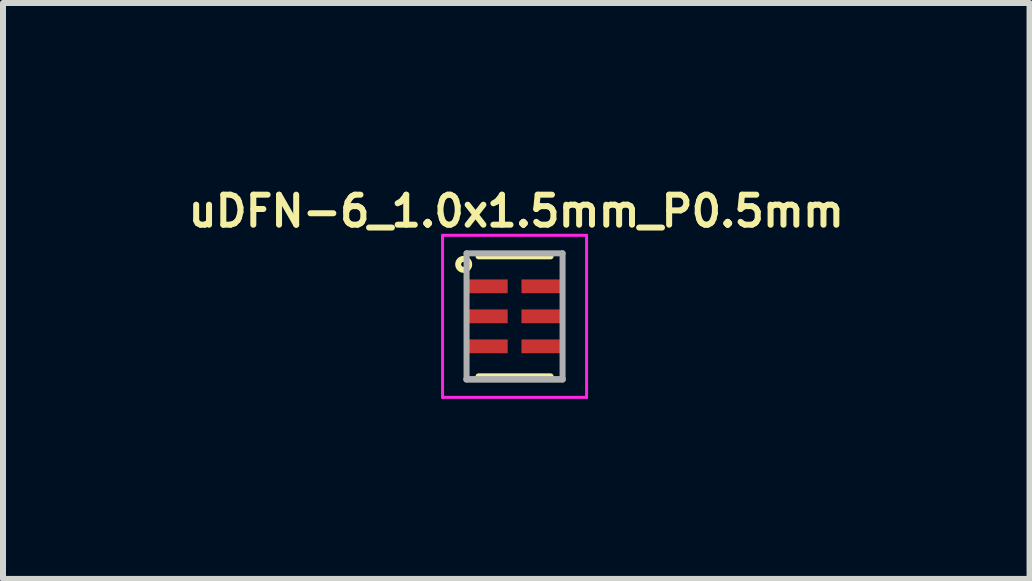
<source format=kicad_pcb>
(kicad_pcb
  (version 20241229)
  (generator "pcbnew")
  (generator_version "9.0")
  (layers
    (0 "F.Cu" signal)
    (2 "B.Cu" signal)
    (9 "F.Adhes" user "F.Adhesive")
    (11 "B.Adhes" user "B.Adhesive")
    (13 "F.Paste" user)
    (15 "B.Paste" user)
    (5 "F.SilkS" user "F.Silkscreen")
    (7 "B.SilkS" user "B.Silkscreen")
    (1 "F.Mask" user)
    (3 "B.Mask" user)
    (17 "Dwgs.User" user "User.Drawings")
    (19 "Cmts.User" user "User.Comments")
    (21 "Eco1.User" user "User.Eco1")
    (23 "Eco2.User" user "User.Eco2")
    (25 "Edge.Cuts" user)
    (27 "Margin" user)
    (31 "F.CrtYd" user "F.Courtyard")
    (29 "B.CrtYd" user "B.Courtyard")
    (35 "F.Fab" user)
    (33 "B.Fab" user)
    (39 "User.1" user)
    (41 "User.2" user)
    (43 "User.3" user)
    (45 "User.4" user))
  (footprint "uDFN-6_1.0x1.5mm_P0.5mm"
    (layer "F.Cu")
    (at 5.524 2.221)
    (property "Reference" "uDFN-6_1.0x1.5mm_P0.5mm" (at 0.028 -1.753 0) (layer "F.SilkS") (effects (font (size 0.5 0.5) (thickness 0.1))))
    (attr smd)
    (fp_line (start -0.6 -1) (end 0.6 -1) (stroke (width 0.1) (type solid)) (layer "F.SilkS"))
    (fp_line (start -0.6 1) (end 0.6 1) (stroke (width 0.1) (type solid)) (layer "F.SilkS"))
    (fp_circle (center -0.848 -0.866) (end -0.772 -0.917) (stroke (width 0.1) (type solid)) (fill no) (layer "F.SilkS"))
    (fp_line (start -1.2 -1.35) (end -1.2 1.35) (stroke (width 0.05) (type solid)) (layer "F.CrtYd"))
    (fp_line (start -1.2 1.35) (end 1.2 1.35) (stroke (width 0.05) (type solid)) (layer "F.CrtYd"))
    (fp_line (start 1.2 -1.35) (end -1.2 -1.35) (stroke (width 0.05) (type solid)) (layer "F.CrtYd"))
    (fp_line (start 1.2 1.35) (end 1.2 -1.35) (stroke (width 0.05) (type solid)) (layer "F.CrtYd"))
    (fp_line (start -0.8 -1.05) (end 0.8 -1.05) (stroke (width 0.1) (type solid)) (layer "F.Fab"))
    (fp_line (start -0.8 1.05) (end -0.8 -1.05) (stroke (width 0.1) (type solid)) (layer "F.Fab"))
    (fp_line (start 0.8 -1.05) (end 0.8 1.05) (stroke (width 0.1) (type solid)) (layer "F.Fab"))
    (fp_line (start 0.8 1.05) (end -0.8 1.05) (stroke (width 0.11) (type solid)) (layer "F.Fab"))
    (pad "1" smd rect (at -0.465 -0.5) (size 0.7 0.23) (layers "F.Cu" "F.Mask" "F.Paste"))
    (pad "2" smd rect (at -0.465 0) (size 0.7 0.23) (layers "F.Cu" "F.Mask" "F.Paste"))
    (pad "3" smd rect (at -0.465 0.5) (size 0.7 0.23) (layers "F.Cu" "F.Mask" "F.Paste"))
    (pad "4" smd rect (at 0.465 0.5) (size 0.7 0.23) (layers "F.Cu" "F.Mask" "F.Paste"))
    (pad "5" smd rect (at 0.465 0) (size 0.7 0.23) (layers "F.Cu" "F.Mask" "F.Paste"))
    (pad "6" smd rect (at 0.465 -0.5) (size 0.7 0.23) (layers "F.Cu" "F.Mask" "F.Paste")))
  (gr_rect
    (start -3 -3)
    (end 14.105 6.596)
    (stroke (width 0.1) (type default))
    (fill no)
    (layer "Edge.Cuts")))
</source>
